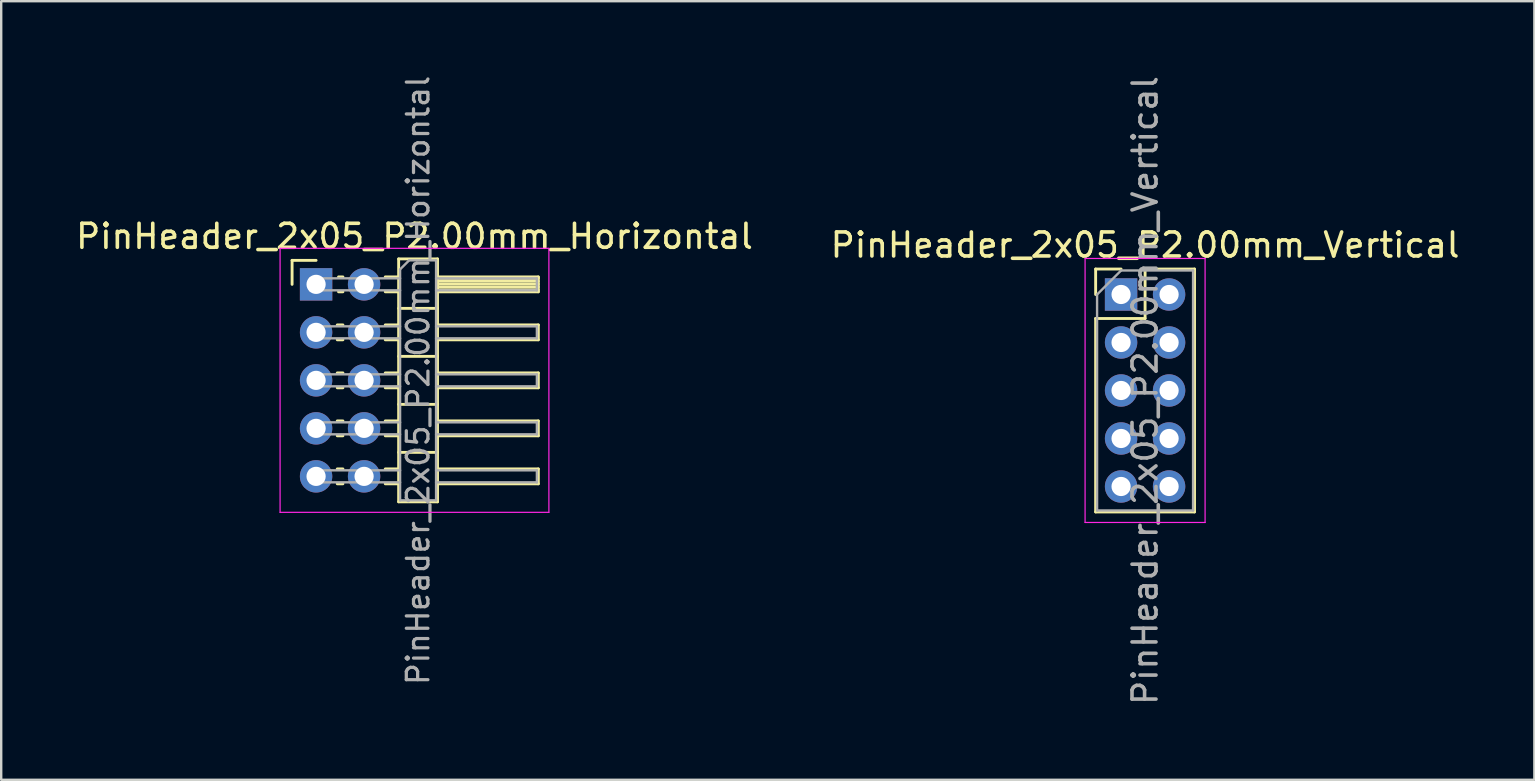
<source format=kicad_pcb>
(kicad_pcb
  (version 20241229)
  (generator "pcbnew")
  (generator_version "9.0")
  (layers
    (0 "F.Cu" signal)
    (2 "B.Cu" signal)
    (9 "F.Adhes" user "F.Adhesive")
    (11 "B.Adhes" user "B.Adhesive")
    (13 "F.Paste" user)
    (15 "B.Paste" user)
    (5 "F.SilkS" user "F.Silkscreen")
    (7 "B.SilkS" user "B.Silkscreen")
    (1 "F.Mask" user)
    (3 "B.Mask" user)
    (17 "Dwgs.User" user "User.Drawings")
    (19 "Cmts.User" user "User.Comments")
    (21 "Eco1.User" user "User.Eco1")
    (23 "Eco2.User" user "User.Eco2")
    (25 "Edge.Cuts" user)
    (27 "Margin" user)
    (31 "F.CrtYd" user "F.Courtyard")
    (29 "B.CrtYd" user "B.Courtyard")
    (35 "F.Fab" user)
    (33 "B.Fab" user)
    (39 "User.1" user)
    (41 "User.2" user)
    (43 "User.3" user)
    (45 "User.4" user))
  (footprint "PinHeader_2x05_P2.00mm_Vertical"
    (layer "F.Cu")
    (at 43.661 9.22)
    (property "Reference" "PinHeader_2x05_P2.00mm_Vertical" (at 1 -2.06 0) (layer "F.SilkS") (effects (font (size 1 1) (thickness 0.15))))
    (attr through_hole)
    (fp_line (start -1.06 -1.06) (end 0 -1.06) (stroke (width 0.12) (type solid)) (layer "F.SilkS"))
    (fp_line (start -1.06 0) (end -1.06 -1.06) (stroke (width 0.12) (type solid)) (layer "F.SilkS"))
    (fp_line (start -1.06 1) (end -1.06 9.06) (stroke (width 0.12) (type solid)) (layer "F.SilkS"))
    (fp_line (start -1.06 1) (end 1 1) (stroke (width 0.12) (type solid)) (layer "F.SilkS"))
    (fp_line (start -1.06 9.06) (end 3.06 9.06) (stroke (width 0.12) (type solid)) (layer "F.SilkS"))
    (fp_line (start 1 -1.06) (end 3.06 -1.06) (stroke (width 0.12) (type solid)) (layer "F.SilkS"))
    (fp_line (start 1 1) (end 1 -1.06) (stroke (width 0.12) (type solid)) (layer "F.SilkS"))
    (fp_line (start 3.06 -1.06) (end 3.06 9.06) (stroke (width 0.12) (type solid)) (layer "F.SilkS"))
    (fp_line (start -1.5 -1.5) (end -1.5 9.5) (stroke (width 0.05) (type solid)) (layer "F.CrtYd"))
    (fp_line (start -1.5 9.5) (end 3.5 9.5) (stroke (width 0.05) (type solid)) (layer "F.CrtYd"))
    (fp_line (start 3.5 -1.5) (end -1.5 -1.5) (stroke (width 0.05) (type solid)) (layer "F.CrtYd"))
    (fp_line (start 3.5 9.5) (end 3.5 -1.5) (stroke (width 0.05) (type solid)) (layer "F.CrtYd"))
    (fp_line (start -1 0) (end 0 -1) (stroke (width 0.1) (type solid)) (layer "F.Fab"))
    (fp_line (start -1 9) (end -1 0) (stroke (width 0.1) (type solid)) (layer "F.Fab"))
    (fp_line (start 0 -1) (end 3 -1) (stroke (width 0.1) (type solid)) (layer "F.Fab"))
    (fp_line (start 3 -1) (end 3 9) (stroke (width 0.1) (type solid)) (layer "F.Fab"))
    (fp_line (start 3 9) (end -1 9) (stroke (width 0.1) (type solid)) (layer "F.Fab"))
    (fp_text user "${REFERENCE}" (at 1 4 90) (layer "F.Fab") (effects (font (size 1 1) (thickness 0.15))))
    (pad "1" thru_hole rect (at 0 0) (size 1.35 1.35) (drill 0.8) (layers "*.Cu" "*.Mask"))
    (pad "2" thru_hole oval (at 2 0) (size 1.35 1.35) (drill 0.8) (layers "*.Cu" "*.Mask"))
    (pad "3" thru_hole oval (at 0 2) (size 1.35 1.35) (drill 0.8) (layers "*.Cu" "*.Mask"))
    (pad "4" thru_hole oval (at 2 2) (size 1.35 1.35) (drill 0.8) (layers "*.Cu" "*.Mask"))
    (pad "5" thru_hole oval (at 0 4) (size 1.35 1.35) (drill 0.8) (layers "*.Cu" "*.Mask"))
    (pad "6" thru_hole oval (at 2 4) (size 1.35 1.35) (drill 0.8) (layers "*.Cu" "*.Mask"))
    (pad "7" thru_hole oval (at 0 6) (size 1.35 1.35) (drill 0.8) (layers "*.Cu" "*.Mask"))
    (pad "8" thru_hole oval (at 2 6) (size 1.35 1.35) (drill 0.8) (layers "*.Cu" "*.Mask"))
    (pad "9" thru_hole oval (at 0 8) (size 1.35 1.35) (drill 0.8) (layers "*.Cu" "*.Mask"))
    (pad "10" thru_hole oval (at 2 8) (size 1.35 1.35) (drill 0.8) (layers "*.Cu" "*.Mask")))
  (footprint "PinHeader_2x05_P2.00mm_Horizontal"
    (layer "F.Cu")
    (at 10.12 8.798)
    (property "Reference" "PinHeader_2x05_P2.00mm_Horizontal" (at 4.1 -2 0) (layer "F.SilkS") (effects (font (size 1 1) (thickness 0.15))))
    (attr through_hole)
    (fp_line (start -1 -1) (end 0 -1) (stroke (width 0.12) (type solid)) (layer "F.SilkS"))
    (fp_line (start -1 0) (end -1 -1) (stroke (width 0.12) (type solid)) (layer "F.SilkS"))
    (fp_line (start 0.882 1.69) (end 1.118 1.69) (stroke (width 0.12) (type solid)) (layer "F.SilkS"))
    (fp_line (start 0.882 2.31) (end 1.118 2.31) (stroke (width 0.12) (type solid)) (layer "F.SilkS"))
    (fp_line (start 0.882 3.69) (end 1.118 3.69) (stroke (width 0.12) (type solid)) (layer "F.SilkS"))
    (fp_line (start 0.882 4.31) (end 1.118 4.31) (stroke (width 0.12) (type solid)) (layer "F.SilkS"))
    (fp_line (start 0.882 5.69) (end 1.118 5.69) (stroke (width 0.12) (type solid)) (layer "F.SilkS"))
    (fp_line (start 0.882 6.31) (end 1.118 6.31) (stroke (width 0.12) (type solid)) (layer "F.SilkS"))
    (fp_line (start 0.882 7.69) (end 1.118 7.69) (stroke (width 0.12) (type solid)) (layer "F.SilkS"))
    (fp_line (start 0.882 8.31) (end 1.118 8.31) (stroke (width 0.12) (type solid)) (layer "F.SilkS"))
    (fp_line (start 0.935 -0.31) (end 1.118 -0.31) (stroke (width 0.12) (type solid)) (layer "F.SilkS"))
    (fp_line (start 0.935 0.31) (end 1.118 0.31) (stroke (width 0.12) (type solid)) (layer "F.SilkS"))
    (fp_line (start 2.882 -0.31) (end 3.44 -0.31) (stroke (width 0.12) (type solid)) (layer "F.SilkS"))
    (fp_line (start 2.882 0.31) (end 3.44 0.31) (stroke (width 0.12) (type solid)) (layer "F.SilkS"))
    (fp_line (start 2.882 1.69) (end 3.44 1.69) (stroke (width 0.12) (type solid)) (layer "F.SilkS"))
    (fp_line (start 2.882 2.31) (end 3.44 2.31) (stroke (width 0.12) (type solid)) (layer "F.SilkS"))
    (fp_line (start 2.882 3.69) (end 3.44 3.69) (stroke (width 0.12) (type solid)) (layer "F.SilkS"))
    (fp_line (start 2.882 4.31) (end 3.44 4.31) (stroke (width 0.12) (type solid)) (layer "F.SilkS"))
    (fp_line (start 2.882 5.69) (end 3.44 5.69) (stroke (width 0.12) (type solid)) (layer "F.SilkS"))
    (fp_line (start 2.882 6.31) (end 3.44 6.31) (stroke (width 0.12) (type solid)) (layer "F.SilkS"))
    (fp_line (start 2.882 7.69) (end 3.44 7.69) (stroke (width 0.12) (type solid)) (layer "F.SilkS"))
    (fp_line (start 2.882 8.31) (end 3.44 8.31) (stroke (width 0.12) (type solid)) (layer "F.SilkS"))
    (fp_line (start 3.44 -1.06) (end 3.44 9.06) (stroke (width 0.12) (type solid)) (layer "F.SilkS"))
    (fp_line (start 3.44 1) (end 5.06 1) (stroke (width 0.12) (type solid)) (layer "F.SilkS"))
    (fp_line (start 3.44 3) (end 5.06 3) (stroke (width 0.12) (type solid)) (layer "F.SilkS"))
    (fp_line (start 3.44 5) (end 5.06 5) (stroke (width 0.12) (type solid)) (layer "F.SilkS"))
    (fp_line (start 3.44 7) (end 5.06 7) (stroke (width 0.12) (type solid)) (layer "F.SilkS"))
    (fp_line (start 3.44 9.06) (end 5.06 9.06) (stroke (width 0.12) (type solid)) (layer "F.SilkS"))
    (fp_line (start 5.06 -1.06) (end 3.44 -1.06) (stroke (width 0.12) (type solid)) (layer "F.SilkS"))
    (fp_line (start 5.06 -0.31) (end 9.26 -0.31) (stroke (width 0.12) (type solid)) (layer "F.SilkS"))
    (fp_line (start 5.06 -0.25) (end 9.26 -0.25) (stroke (width 0.12) (type solid)) (layer "F.SilkS"))
    (fp_line (start 5.06 -0.13) (end 9.26 -0.13) (stroke (width 0.12) (type solid)) (layer "F.SilkS"))
    (fp_line (start 5.06 -0.01) (end 9.26 -0.01) (stroke (width 0.12) (type solid)) (layer "F.SilkS"))
    (fp_line (start 5.06 0.11) (end 9.26 0.11) (stroke (width 0.12) (type solid)) (layer "F.SilkS"))
    (fp_line (start 5.06 0.23) (end 9.26 0.23) (stroke (width 0.12) (type solid)) (layer "F.SilkS"))
    (fp_line (start 5.06 1.69) (end 9.26 1.69) (stroke (width 0.12) (type solid)) (layer "F.SilkS"))
    (fp_line (start 5.06 3.69) (end 9.26 3.69) (stroke (width 0.12) (type solid)) (layer "F.SilkS"))
    (fp_line (start 5.06 5.69) (end 9.26 5.69) (stroke (width 0.12) (type solid)) (layer "F.SilkS"))
    (fp_line (start 5.06 7.69) (end 9.26 7.69) (stroke (width 0.12) (type solid)) (layer "F.SilkS"))
    (fp_line (start 5.06 9.06) (end 5.06 -1.06) (stroke (width 0.12) (type solid)) (layer "F.SilkS"))
    (fp_line (start 9.26 -0.31) (end 9.26 0.31) (stroke (width 0.12) (type solid)) (layer "F.SilkS"))
    (fp_line (start 9.26 0.31) (end 5.06 0.31) (stroke (width 0.12) (type solid)) (layer "F.SilkS"))
    (fp_line (start 9.26 1.69) (end 9.26 2.31) (stroke (width 0.12) (type solid)) (layer "F.SilkS"))
    (fp_line (start 9.26 2.31) (end 5.06 2.31) (stroke (width 0.12) (type solid)) (layer "F.SilkS"))
    (fp_line (start 9.26 3.69) (end 9.26 4.31) (stroke (width 0.12) (type solid)) (layer "F.SilkS"))
    (fp_line (start 9.26 4.31) (end 5.06 4.31) (stroke (width 0.12) (type solid)) (layer "F.SilkS"))
    (fp_line (start 9.26 5.69) (end 9.26 6.31) (stroke (width 0.12) (type solid)) (layer "F.SilkS"))
    (fp_line (start 9.26 6.31) (end 5.06 6.31) (stroke (width 0.12) (type solid)) (layer "F.SilkS"))
    (fp_line (start 9.26 7.69) (end 9.26 8.31) (stroke (width 0.12) (type solid)) (layer "F.SilkS"))
    (fp_line (start 9.26 8.31) (end 5.06 8.31) (stroke (width 0.12) (type solid)) (layer "F.SilkS"))
    (fp_line (start -1.5 -1.5) (end -1.5 9.5) (stroke (width 0.05) (type solid)) (layer "F.CrtYd"))
    (fp_line (start -1.5 9.5) (end 9.7 9.5) (stroke (width 0.05) (type solid)) (layer "F.CrtYd"))
    (fp_line (start 9.7 -1.5) (end -1.5 -1.5) (stroke (width 0.05) (type solid)) (layer "F.CrtYd"))
    (fp_line (start 9.7 9.5) (end 9.7 -1.5) (stroke (width 0.05) (type solid)) (layer "F.CrtYd"))
    (fp_line (start -0.25 -0.25) (end -0.25 0.25) (stroke (width 0.1) (type solid)) (layer "F.Fab"))
    (fp_line (start -0.25 -0.25) (end 3.5 -0.25) (stroke (width 0.1) (type solid)) (layer "F.Fab"))
    (fp_line (start -0.25 0.25) (end 3.5 0.25) (stroke (width 0.1) (type solid)) (layer "F.Fab"))
    (fp_line (start -0.25 1.75) (end -0.25 2.25) (stroke (width 0.1) (type solid)) (layer "F.Fab"))
    (fp_line (start -0.25 1.75) (end 3.5 1.75) (stroke (width 0.1) (type solid)) (layer "F.Fab"))
    (fp_line (start -0.25 2.25) (end 3.5 2.25) (stroke (width 0.1) (type solid)) (layer "F.Fab"))
    (fp_line (start -0.25 3.75) (end -0.25 4.25) (stroke (width 0.1) (type solid)) (layer "F.Fab"))
    (fp_line (start -0.25 3.75) (end 3.5 3.75) (stroke (width 0.1) (type solid)) (layer "F.Fab"))
    (fp_line (start -0.25 4.25) (end 3.5 4.25) (stroke (width 0.1) (type solid)) (layer "F.Fab"))
    (fp_line (start -0.25 5.75) (end -0.25 6.25) (stroke (width 0.1) (type solid)) (layer "F.Fab"))
    (fp_line (start -0.25 5.75) (end 3.5 5.75) (stroke (width 0.1) (type solid)) (layer "F.Fab"))
    (fp_line (start -0.25 6.25) (end 3.5 6.25) (stroke (width 0.1) (type solid)) (layer "F.Fab"))
    (fp_line (start -0.25 7.75) (end -0.25 8.25) (stroke (width 0.1) (type solid)) (layer "F.Fab"))
    (fp_line (start -0.25 7.75) (end 3.5 7.75) (stroke (width 0.1) (type solid)) (layer "F.Fab"))
    (fp_line (start -0.25 8.25) (end 3.5 8.25) (stroke (width 0.1) (type solid)) (layer "F.Fab"))
    (fp_line (start 3.5 -0.625) (end 3.875 -1) (stroke (width 0.1) (type solid)) (layer "F.Fab"))
    (fp_line (start 3.5 9) (end 3.5 -0.625) (stroke (width 0.1) (type solid)) (layer "F.Fab"))
    (fp_line (start 3.875 -1) (end 5 -1) (stroke (width 0.1) (type solid)) (layer "F.Fab"))
    (fp_line (start 5 -1) (end 5 9) (stroke (width 0.1) (type solid)) (layer "F.Fab"))
    (fp_line (start 5 -0.25) (end 9.2 -0.25) (stroke (width 0.1) (type solid)) (layer "F.Fab"))
    (fp_line (start 5 0.25) (end 9.2 0.25) (stroke (width 0.1) (type solid)) (layer "F.Fab"))
    (fp_line (start 5 1.75) (end 9.2 1.75) (stroke (width 0.1) (type solid)) (layer "F.Fab"))
    (fp_line (start 5 2.25) (end 9.2 2.25) (stroke (width 0.1) (type solid)) (layer "F.Fab"))
    (fp_line (start 5 3.75) (end 9.2 3.75) (stroke (width 0.1) (type solid)) (layer "F.Fab"))
    (fp_line (start 5 4.25) (end 9.2 4.25) (stroke (width 0.1) (type solid)) (layer "F.Fab"))
    (fp_line (start 5 5.75) (end 9.2 5.75) (stroke (width 0.1) (type solid)) (layer "F.Fab"))
    (fp_line (start 5 6.25) (end 9.2 6.25) (stroke (width 0.1) (type solid)) (layer "F.Fab"))
    (fp_line (start 5 7.75) (end 9.2 7.75) (stroke (width 0.1) (type solid)) (layer "F.Fab"))
    (fp_line (start 5 8.25) (end 9.2 8.25) (stroke (width 0.1) (type solid)) (layer "F.Fab"))
    (fp_line (start 5 9) (end 3.5 9) (stroke (width 0.1) (type solid)) (layer "F.Fab"))
    (fp_line (start 9.2 -0.25) (end 9.2 0.25) (stroke (width 0.1) (type solid)) (layer "F.Fab"))
    (fp_line (start 9.2 1.75) (end 9.2 2.25) (stroke (width 0.1) (type solid)) (layer "F.Fab"))
    (fp_line (start 9.2 3.75) (end 9.2 4.25) (stroke (width 0.1) (type solid)) (layer "F.Fab"))
    (fp_line (start 9.2 5.75) (end 9.2 6.25) (stroke (width 0.1) (type solid)) (layer "F.Fab"))
    (fp_line (start 9.2 7.75) (end 9.2 8.25) (stroke (width 0.1) (type solid)) (layer "F.Fab"))
    (fp_text user "${REFERENCE}" (at 4.25 4 90) (layer "F.Fab") (effects (font (size 0.9 0.9) (thickness 0.135))))
    (pad "1" thru_hole rect (at 0 0) (size 1.35 1.35) (drill 0.8) (layers "*.Cu" "*.Mask"))
    (pad "2" thru_hole oval (at 2 0) (size 1.35 1.35) (drill 0.8) (layers "*.Cu" "*.Mask"))
    (pad "3" thru_hole oval (at 0 2) (size 1.35 1.35) (drill 0.8) (layers "*.Cu" "*.Mask"))
    (pad "4" thru_hole oval (at 2 2) (size 1.35 1.35) (drill 0.8) (layers "*.Cu" "*.Mask"))
    (pad "5" thru_hole oval (at 0 4) (size 1.35 1.35) (drill 0.8) (layers "*.Cu" "*.Mask"))
    (pad "6" thru_hole oval (at 2 4) (size 1.35 1.35) (drill 0.8) (layers "*.Cu" "*.Mask"))
    (pad "7" thru_hole oval (at 0 6) (size 1.35 1.35) (drill 0.8) (layers "*.Cu" "*.Mask"))
    (pad "8" thru_hole oval (at 2 6) (size 1.35 1.35) (drill 0.8) (layers "*.Cu" "*.Mask"))
    (pad "9" thru_hole oval (at 0 8) (size 1.35 1.35) (drill 0.8) (layers "*.Cu" "*.Mask"))
    (pad "10" thru_hole oval (at 2 8) (size 1.35 1.35) (drill 0.8) (layers "*.Cu" "*.Mask")))
  (gr_rect
    (start -3 -3)
    (end 60.881 29.44)
    (stroke (width 0.1) (type default))
    (fill no)
    (layer "Edge.Cuts")))
</source>
